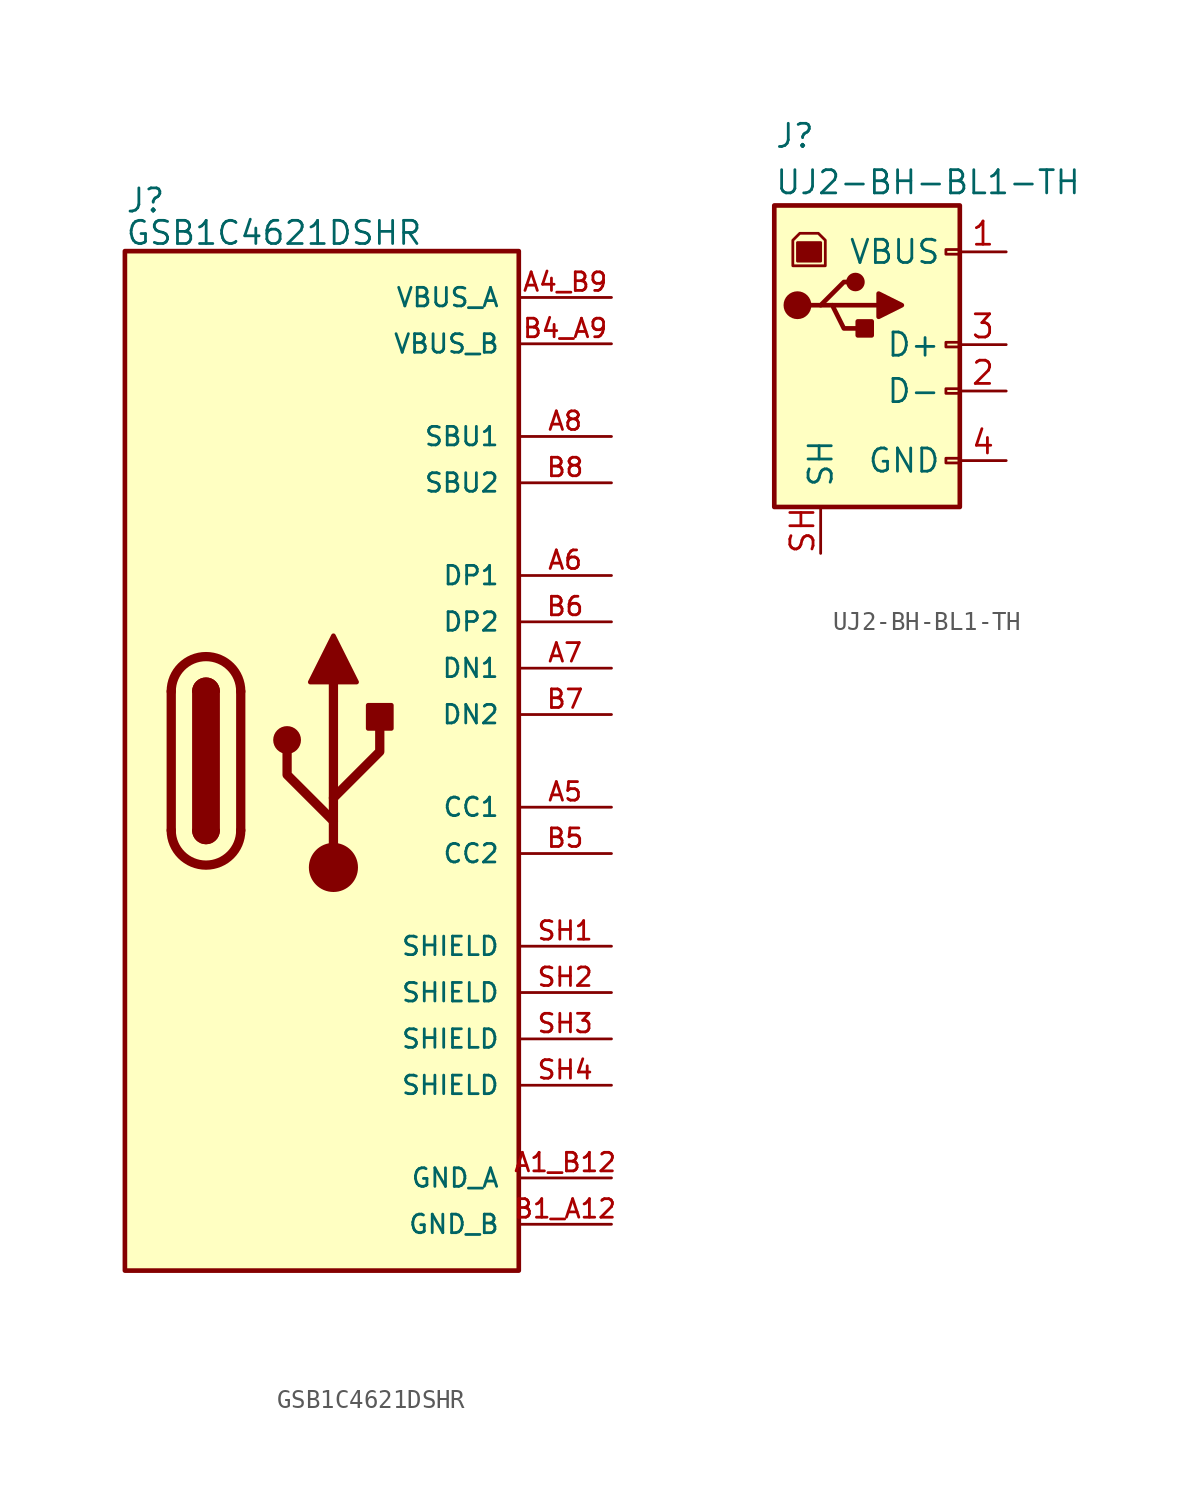
<source format=kicad_sym>
(kicad_symbol_lib
  (version 20241209)
  (generator "kicad_symbol_editor")
  (generator_version "9.0")
  (symbol "GSB1C4621DSHR"
    (pin_names
      (offset 1.016))
    (property "Reference" "J"
      (at 0 57.912 0)
      (effects (font (size 1.27 1.27)) (justify left bottom)))
    (property "Value" "GSB1C4621DSHR"
      (at 0 56.134 0)
      (effects (font (size 1.27 1.27)) (justify left bottom)))
    (symbol "GSB1C4621DSHR_0_0"
      (rectangle (start 0 55.88) (end 21.59 0) (stroke (width 0.254) (type default)) (fill (type background)))
      (pin power_in line (at 26.67 53.34 180) (length 5.08) (name "VBUS_A" (effects (font (size 1.016 1.016)))) (number "A4_B9" (effects (font (size 1.016 1.016)))))
      (pin power_in line (at 26.67 50.8 180) (length 5.08) (name "VBUS_B" (effects (font (size 1.016 1.016)))) (number "B4_A9" (effects (font (size 1.016 1.016)))))
      (pin bidirectional line (at 26.67 45.72 180) (length 5.08) (name "SBU1" (effects (font (size 1.016 1.016)))) (number "A8" (effects (font (size 1.016 1.016)))))
      (pin bidirectional line (at 26.67 43.18 180) (length 5.08) (name "SBU2" (effects (font (size 1.016 1.016)))) (number "B8" (effects (font (size 1.016 1.016)))))
      (pin bidirectional line (at 26.67 38.1 180) (length 5.08) (name "DP1" (effects (font (size 1.016 1.016)))) (number "A6" (effects (font (size 1.016 1.016)))))
      (pin bidirectional line (at 26.67 35.56 180) (length 5.08) (name "DP2" (effects (font (size 1.016 1.016)))) (number "B6" (effects (font (size 1.016 1.016)))))
      (pin bidirectional line (at 26.67 33.02 180) (length 5.08) (name "DN1" (effects (font (size 1.016 1.016)))) (number "A7" (effects (font (size 1.016 1.016)))))
      (pin bidirectional line (at 26.67 30.48 180) (length 5.08) (name "DN2" (effects (font (size 1.016 1.016)))) (number "B7" (effects (font (size 1.016 1.016)))))
      (pin bidirectional line (at 26.67 25.4 180) (length 5.08) (name "CC1" (effects (font (size 1.016 1.016)))) (number "A5" (effects (font (size 1.016 1.016)))))
      (pin bidirectional line (at 26.67 22.86 180) (length 5.08) (name "CC2" (effects (font (size 1.016 1.016)))) (number "B5" (effects (font (size 1.016 1.016)))))
      (pin passive line (at 26.67 17.78 180) (length 5.08) (name "SHIELD" (effects (font (size 1.016 1.016)))) (number "SH1" (effects (font (size 1.016 1.016)))))
      (pin passive line (at 26.67 15.24 180) (length 5.08) (name "SHIELD" (effects (font (size 1.016 1.016)))) (number "SH2" (effects (font (size 1.016 1.016)))))
      (pin passive line (at 26.67 12.7 180) (length 5.08) (name "SHIELD" (effects (font (size 1.016 1.016)))) (number "SH3" (effects (font (size 1.016 1.016)))))
      (pin passive line (at 26.67 10.16 180) (length 5.08) (name "SHIELD" (effects (font (size 1.016 1.016)))) (number "SH4" (effects (font (size 1.016 1.016)))))
      (pin power_in line (at 26.67 5.08 180) (length 5.08) (name "GND_A" (effects (font (size 1.016 1.016)))) (number "A1_B12" (effects (font (size 1.016 1.016)))))
      (pin power_in line (at 26.67 2.54 180) (length 5.08) (name "GND_B" (effects (font (size 1.016 1.016)))) (number "B1_A12" (effects (font (size 1.016 1.016))))))
    (symbol "GSB1C4621DSHR_0_1"
      (polyline (pts (xy 2.54 24.13) (xy 2.54 31.75)) (stroke (width 0.508) (type default)) (fill (type none)))
      (rectangle (start 3.81 24.13) (end 5.08 31.75) (stroke (width 0.254) (type default)) (fill (type outline)))
      (arc (start 3.81 31.75) (mid 4.445 32.3823) (end 5.08 31.75) (stroke (width 0.254) (type default)) (fill (type none)))
      (arc (start 3.81 31.75) (mid 4.445 32.3823) (end 5.08 31.75) (stroke (width 0.254) (type default)) (fill (type outline)))
      (arc (start 2.54 31.75) (mid 4.445 33.6467) (end 6.35 31.75) (stroke (width 0.508) (type default)) (fill (type none)))
      (arc (start 6.35 24.13) (mid 4.445 22.2333) (end 2.54 24.13) (stroke (width 0.508) (type default)) (fill (type none)))
      (arc (start 5.08 24.13) (mid 4.445 23.4977) (end 3.81 24.13) (stroke (width 0.254) (type default)) (fill (type none)))
      (arc (start 5.08 24.13) (mid 4.445 23.4977) (end 3.81 24.13) (stroke (width 0.254) (type default)) (fill (type outline)))
      (polyline (pts (xy 6.35 31.75) (xy 6.35 24.13)) (stroke (width 0.508) (type default)) (fill (type none)))
      (circle (center 8.89 29.083) (radius 0.635) (stroke (width 0.254) (type default)) (fill (type outline)))
      (polyline (pts (xy 10.16 32.258) (xy 11.43 34.798) (xy 12.7 32.258) (xy 10.16 32.258)) (stroke (width 0.254) (type default)) (fill (type outline)))
      (polyline (pts (xy 11.43 25.908) (xy 13.97 28.448) (xy 13.97 29.718)) (stroke (width 0.508) (type default)) (fill (type none)))
      (polyline (pts (xy 11.43 24.638) (xy 8.89 27.178) (xy 8.89 28.448)) (stroke (width 0.508) (type default)) (fill (type none)))
      (polyline (pts (xy 11.43 22.098) (xy 11.43 32.258)) (stroke (width 0.508) (type default)) (fill (type none)))
      (circle (center 11.43 22.098) (radius 1.27) (stroke (width 0) (type default)) (fill (type outline)))
      (rectangle (start 13.335 29.718) (end 14.605 30.988) (stroke (width 0.254) (type default)) (fill (type outline)))))
  (symbol "UJ2-BH-BL1-TH"
    (pin_names
      (offset 1.016))
    (property "Reference" "J"
      (at -5.08 11.43 0)
      (effects (font (size 1.27 1.27)) (justify left)))
    (property "Value" "UJ2-BH-BL1-TH"
      (at -5.08 8.89 0)
      (effects (font (size 1.27 1.27)) (justify left)))
    (symbol "UJ2-BH-BL1-TH_0_1"
      (rectangle (start -5.08 7.62) (end 5.08 -8.89) (stroke (width 0.254) (type default)) (fill (type background)))
      (polyline (pts (xy -4.064 4.318) (xy -2.286 4.318) (xy -2.286 5.715) (xy -2.667 6.096) (xy -3.683 6.096) (xy -4.064 5.715) (xy -4.064 4.318)) (stroke (width 0) (type default)) (fill (type none)))
      (rectangle (start -3.81 5.588) (end -2.54 4.572) (stroke (width 0) (type default)) (fill (type outline)))
      (circle (center -3.81 2.159) (radius 0.635) (stroke (width 0.254) (type default)) (fill (type outline)))
      (polyline (pts (xy -3.175 2.159) (xy -2.54 2.159) (xy -1.27 3.429) (xy -0.635 3.429)) (stroke (width 0.254) (type default)) (fill (type none)))
      (polyline (pts (xy -2.54 2.159) (xy -1.905 2.159) (xy -1.27 0.889) (xy 0 0.889)) (stroke (width 0.254) (type default)) (fill (type none)))
      (polyline (pts (xy -1.905 2.159) (xy 0.635 2.159)) (stroke (width 0.254) (type default)) (fill (type none)))
      (circle (center -0.635 3.429) (radius 0.381) (stroke (width 0.254) (type default)) (fill (type outline)))
      (rectangle (start 0.254 1.27) (end -0.508 0.508) (stroke (width 0.254) (type default)) (fill (type outline)))
      (polyline (pts (xy 0.635 2.794) (xy 0.635 1.524) (xy 1.905 2.159) (xy 0.635 2.794)) (stroke (width 0.254) (type default)) (fill (type outline)))
      (rectangle (start 5.08 4.953) (end 4.318 5.207) (stroke (width 0) (type default)) (fill (type none)))
      (rectangle (start 5.08 -0.127) (end 4.318 0.127) (stroke (width 0) (type default)) (fill (type none)))
      (rectangle (start 5.08 -2.667) (end 4.318 -2.413) (stroke (width 0) (type default)) (fill (type none)))
      (rectangle (start 5.08 -6.477) (end 4.318 -6.223) (stroke (width 0) (type default)) (fill (type none))))
    (symbol "UJ2-BH-BL1-TH_1_1"
      (pin passive line (at -2.54 -11.43 90) (length 2.54) (name "SH" (effects (font (size 1.27 1.27)))) (number "SH" (effects (font (size 1.27 1.27)))))
      (pin power_out line (at 7.62 5.08 180) (length 2.54) (name "VBUS" (effects (font (size 1.27 1.27)))) (number "1" (effects (font (size 1.27 1.27)))))
      (pin bidirectional line (at 7.62 0 180) (length 2.54) (name "D+" (effects (font (size 1.27 1.27)))) (number "3" (effects (font (size 1.27 1.27)))))
      (pin bidirectional line (at 7.62 -2.54 180) (length 2.54) (name "D-" (effects (font (size 1.27 1.27)))) (number "2" (effects (font (size 1.27 1.27)))))
      (pin power_out line (at 7.62 -6.35 180) (length 2.54) (name "GND" (effects (font (size 1.27 1.27)))) (number "4" (effects (font (size 1.27 1.27))))))))
</source>
